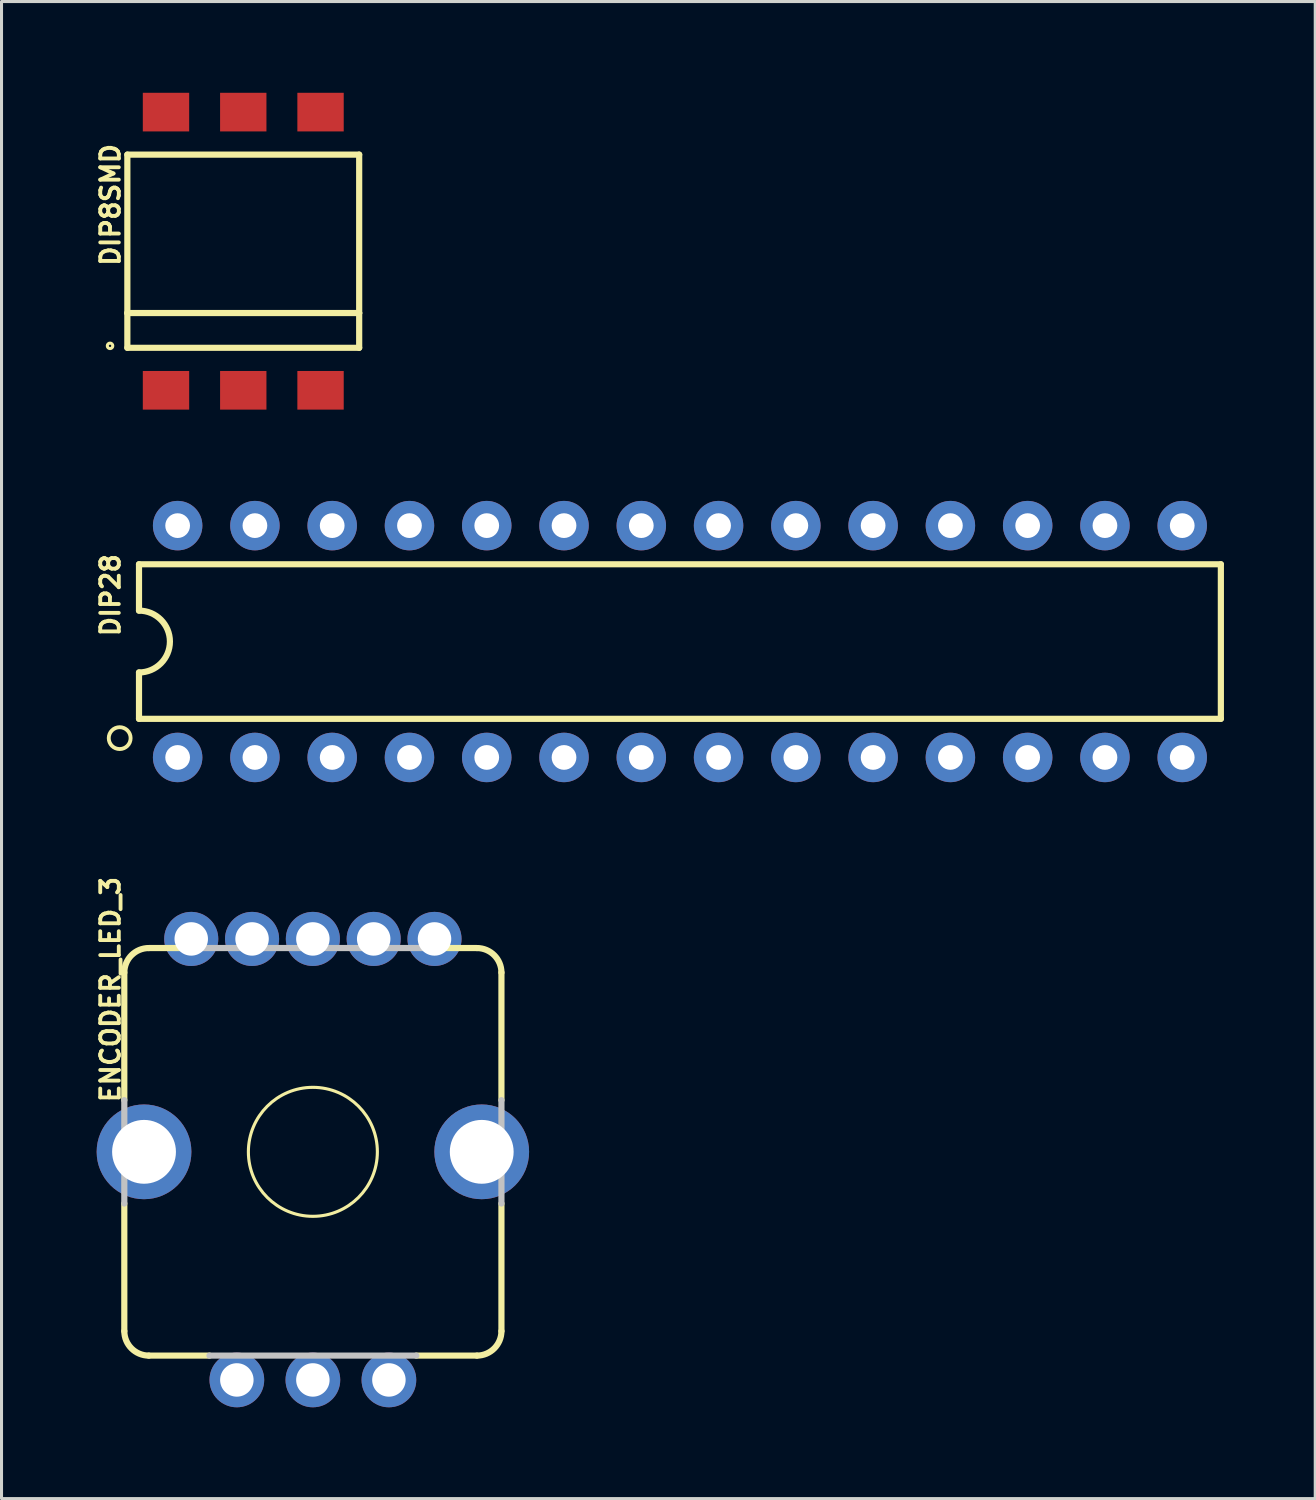
<source format=kicad_pcb>
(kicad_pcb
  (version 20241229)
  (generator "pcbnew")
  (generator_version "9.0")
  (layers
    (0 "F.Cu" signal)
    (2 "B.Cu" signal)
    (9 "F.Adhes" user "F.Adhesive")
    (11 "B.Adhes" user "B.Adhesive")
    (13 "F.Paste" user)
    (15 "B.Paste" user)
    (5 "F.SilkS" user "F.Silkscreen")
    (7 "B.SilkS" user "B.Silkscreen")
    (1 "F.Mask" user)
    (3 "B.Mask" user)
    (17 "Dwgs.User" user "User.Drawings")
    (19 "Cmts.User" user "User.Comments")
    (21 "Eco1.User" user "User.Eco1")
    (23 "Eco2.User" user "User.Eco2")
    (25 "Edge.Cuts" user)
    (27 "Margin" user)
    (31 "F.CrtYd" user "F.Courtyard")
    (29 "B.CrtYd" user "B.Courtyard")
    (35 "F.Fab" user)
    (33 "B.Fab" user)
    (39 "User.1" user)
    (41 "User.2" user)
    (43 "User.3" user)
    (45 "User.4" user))
  (footprint "DIP28"
    (layer "F.Cu")
    (at 19.299 18.037)
    (property "Reference" "DIP28" (at -18.72 -1.524 90) (layer "F.SilkS") (effects (font (size 0.61 0.61) (thickness 0.127))))
    (attr exclude_from_pos_files exclude_from_bom)
    (fp_line (start -17.78 -2.54) (end -17.78 -1.016) (stroke (width 0.203) (type solid)) (layer "F.SilkS"))
    (fp_line (start -17.78 2.54) (end -17.78 1.016) (stroke (width 0.203) (type solid)) (layer "F.SilkS"))
    (fp_line (start -17.78 2.54) (end 17.78 2.54) (stroke (width 0.203) (type solid)) (layer "F.SilkS"))
    (fp_line (start 17.78 -2.54) (end -17.78 -2.54) (stroke (width 0.203) (type solid)) (layer "F.SilkS"))
    (fp_line (start 17.78 -2.54) (end 17.78 2.54) (stroke (width 0.203) (type solid)) (layer "F.SilkS"))
    (fp_arc (start -17.78 -1.016) (mid -16.764 0) (end -17.78 1.016) (stroke (width 0.2032) (type solid)) (layer "F.SilkS"))
    (fp_circle (center -18.415 3.175) (end -18.669 3.429) (stroke (width 0.127) (type solid)) (fill no) (layer "F.SilkS"))
    (pad "1" thru_hole circle (at -16.51 3.81) (size 1.626 1.626) (drill 0.813) (layers "*.Cu" "*.Paste" "*.Mask"))
    (pad "2" thru_hole circle (at -13.97 3.81) (size 1.626 1.626) (drill 0.813) (layers "*.Cu" "*.Paste" "*.Mask"))
    (pad "3" thru_hole circle (at -11.43 3.81) (size 1.626 1.626) (drill 0.813) (layers "*.Cu" "*.Paste" "*.Mask"))
    (pad "4" thru_hole circle (at -8.89 3.81) (size 1.626 1.626) (drill 0.813) (layers "*.Cu" "*.Paste" "*.Mask"))
    (pad "5" thru_hole circle (at -6.35 3.81) (size 1.626 1.626) (drill 0.813) (layers "*.Cu" "*.Paste" "*.Mask"))
    (pad "6" thru_hole circle (at -3.81 3.81) (size 1.626 1.626) (drill 0.813) (layers "*.Cu" "*.Paste" "*.Mask"))
    (pad "7" thru_hole circle (at -1.27 3.81) (size 1.626 1.626) (drill 0.813) (layers "*.Cu" "*.Paste" "*.Mask"))
    (pad "8" thru_hole circle (at 1.27 3.81) (size 1.626 1.626) (drill 0.813) (layers "*.Cu" "*.Paste" "*.Mask"))
    (pad "9" thru_hole circle (at 3.81 3.81) (size 1.626 1.626) (drill 0.813) (layers "*.Cu" "*.Paste" "*.Mask"))
    (pad "10" thru_hole circle (at 6.35 3.81) (size 1.626 1.626) (drill 0.813) (layers "*.Cu" "*.Paste" "*.Mask"))
    (pad "11" thru_hole circle (at 8.89 3.81) (size 1.626 1.626) (drill 0.813) (layers "*.Cu" "*.Paste" "*.Mask"))
    (pad "12" thru_hole circle (at 11.43 3.81) (size 1.626 1.626) (drill 0.813) (layers "*.Cu" "*.Paste" "*.Mask"))
    (pad "13" thru_hole circle (at 13.97 3.81) (size 1.626 1.626) (drill 0.813) (layers "*.Cu" "*.Paste" "*.Mask"))
    (pad "14" thru_hole circle (at 16.51 3.81) (size 1.626 1.626) (drill 0.813) (layers "*.Cu" "*.Paste" "*.Mask"))
    (pad "15" thru_hole circle (at 16.51 -3.81) (size 1.626 1.626) (drill 0.813) (layers "*.Cu" "*.Paste" "*.Mask"))
    (pad "16" thru_hole circle (at 13.97 -3.81) (size 1.626 1.626) (drill 0.813) (layers "*.Cu" "*.Paste" "*.Mask"))
    (pad "17" thru_hole circle (at 11.43 -3.81) (size 1.626 1.626) (drill 0.813) (layers "*.Cu" "*.Paste" "*.Mask"))
    (pad "18" thru_hole circle (at 8.89 -3.81) (size 1.626 1.626) (drill 0.813) (layers "*.Cu" "*.Paste" "*.Mask"))
    (pad "19" thru_hole circle (at 6.35 -3.81) (size 1.626 1.626) (drill 0.813) (layers "*.Cu" "*.Paste" "*.Mask"))
    (pad "20" thru_hole circle (at 3.81 -3.81) (size 1.626 1.626) (drill 0.813) (layers "*.Cu" "*.Paste" "*.Mask"))
    (pad "21" thru_hole circle (at 1.27 -3.81) (size 1.626 1.626) (drill 0.813) (layers "*.Cu" "*.Paste" "*.Mask"))
    (pad "22" thru_hole circle (at -1.27 -3.81) (size 1.626 1.626) (drill 0.813) (layers "*.Cu" "*.Paste" "*.Mask"))
    (pad "23" thru_hole circle (at -3.81 -3.81) (size 1.626 1.626) (drill 0.813) (layers "*.Cu" "*.Paste" "*.Mask"))
    (pad "24" thru_hole circle (at -6.35 -3.81) (size 1.626 1.626) (drill 0.813) (layers "*.Cu" "*.Paste" "*.Mask"))
    (pad "25" thru_hole circle (at -8.89 -3.81) (size 1.626 1.626) (drill 0.813) (layers "*.Cu" "*.Paste" "*.Mask"))
    (pad "26" thru_hole circle (at -11.43 -3.81) (size 1.626 1.626) (drill 0.813) (layers "*.Cu" "*.Paste" "*.Mask"))
    (pad "27" thru_hole circle (at -13.97 -3.81) (size 1.626 1.626) (drill 0.813) (layers "*.Cu" "*.Paste" "*.Mask"))
    (pad "28" thru_hole circle (at -16.51 -3.81) (size 1.626 1.626) (drill 0.813) (layers "*.Cu" "*.Paste" "*.Mask")))
  (footprint "DIP8SMD"
    (layer "F.Cu")
    (at 4.946 5.207)
    (property "Reference" "DIP8SMD" (at -4.366 -1.524 90) (layer "F.SilkS") (effects (font (size 0.61 0.61) (thickness 0.127))))
    (attr smd)
    (fp_line (start -3.81 -3.175) (end 3.81 -3.175) (stroke (width 0.203) (type solid)) (layer "F.SilkS"))
    (fp_line (start -3.81 2.032) (end -3.81 -3.175) (stroke (width 0.203) (type solid)) (layer "F.SilkS"))
    (fp_line (start -3.81 2.032) (end 3.81 2.032) (stroke (width 0.203) (type solid)) (layer "F.SilkS"))
    (fp_line (start -3.81 3.175) (end -3.81 2.032) (stroke (width 0.203) (type solid)) (layer "F.SilkS"))
    (fp_line (start 3.81 -3.175) (end 3.81 2.032) (stroke (width 0.203) (type solid)) (layer "F.SilkS"))
    (fp_line (start 3.81 2.032) (end 3.81 3.175) (stroke (width 0.203) (type solid)) (layer "F.SilkS"))
    (fp_line (start 3.81 3.175) (end -3.81 3.175) (stroke (width 0.203) (type solid)) (layer "F.SilkS"))
    (fp_circle (center -4.379 3.111) (end -4.442 3.175) (stroke (width 0.102) (type solid)) (fill no) (layer "F.SilkS"))
    (pad "1" smd rect (at -2.54 4.572) (size 1.524 1.27) (layers "F.Cu" "F.Mask" "F.Paste"))
    (pad "2" smd rect (at 0 4.572) (size 1.524 1.27) (layers "F.Cu" "F.Mask" "F.Paste"))
    (pad "3" smd rect (at 2.54 4.572) (size 1.524 1.27) (layers "F.Cu" "F.Mask" "F.Paste"))
    (pad "4" smd rect (at 2.54 -4.572) (size 1.524 1.27) (layers "F.Cu" "F.Mask" "F.Paste"))
    (pad "5" smd rect (at 0 -4.572) (size 1.524 1.27) (layers "F.Cu" "F.Mask" "F.Paste"))
    (pad "6" smd rect (at -2.54 -4.572) (size 1.524 1.27) (layers "F.Cu" "F.Mask" "F.Paste")))
  (footprint "ENCODER_LED_3"
    (layer "F.Cu")
    (at 7.234 34.81)
    (property "Reference" "ENCODER_LED_3" (at -6.655 -5.334 90) (layer "F.SilkS") (effects (font (size 0.61 0.61) (thickness 0.127))))
    (attr exclude_from_pos_files exclude_from_bom)
    (fp_line (start -6.198 -1.699) (end -6.198 -5.893) (stroke (width 0.203) (type solid)) (layer "F.SilkS"))
    (fp_line (start -6.198 1.699) (end -6.198 5.893) (stroke (width 0.203) (type solid)) (layer "F.SilkS"))
    (fp_line (start -5.392 -6.698) (end -3.899 -6.698) (stroke (width 0.203) (type solid)) (layer "F.SilkS"))
    (fp_line (start -5.392 6.698) (end -3.399 6.698) (stroke (width 0.203) (type solid)) (layer "F.SilkS"))
    (fp_line (start 5.392 -6.698) (end 3.899 -6.698) (stroke (width 0.203) (type solid)) (layer "F.SilkS"))
    (fp_line (start 5.392 6.698) (end 3.399 6.698) (stroke (width 0.203) (type solid)) (layer "F.SilkS"))
    (fp_line (start 6.198 -1.699) (end 6.198 -5.893) (stroke (width 0.203) (type solid)) (layer "F.SilkS"))
    (fp_line (start 6.198 1.699) (end 6.198 5.893) (stroke (width 0.203) (type solid)) (layer "F.SilkS"))
    (fp_arc (start -6.1976 -5.8928) (mid -5.961768 -6.462148) (end -5.39242 -6.69798) (stroke (width 0.2032) (type solid)) (layer "F.SilkS"))
    (fp_arc (start -5.39242 6.69798) (mid -5.961768 6.462148) (end -6.1976 5.8928) (stroke (width 0.2032) (type solid)) (layer "F.SilkS"))
    (fp_arc (start 5.39242 -6.69798) (mid 5.961768 -6.462148) (end 6.1976 -5.8928) (stroke (width 0.2032) (type solid)) (layer "F.SilkS"))
    (fp_arc (start 6.1976 5.8928) (mid 5.961768 6.462148) (end 5.39242 6.69798) (stroke (width 0.2032) (type solid)) (layer "F.SilkS"))
    (fp_circle (center 0 0) (end -1.499 1.499) (stroke (width 0.102) (type solid)) (fill no) (layer "F.SilkS"))
    (fp_line (start -6.198 1.699) (end -6.198 -1.699) (stroke (width 0.203) (type solid)) (layer "Dwgs.User"))
    (fp_line (start -3.899 -6.698) (end 3.899 -6.698) (stroke (width 0.203) (type solid)) (layer "Dwgs.User"))
    (fp_line (start 3.399 6.698) (end -3.399 6.698) (stroke (width 0.203) (type solid)) (layer "Dwgs.User"))
    (fp_line (start 6.198 -1.699) (end 6.198 1.699) (stroke (width 0.203) (type solid)) (layer "Dwgs.User"))
    (pad "1" thru_hole circle (at -3.998 -6.998) (size 1.778 1.778) (drill 1.1) (layers "*.Cu" "*.Paste" "*.Mask"))
    (pad "2" thru_hole circle (at -1.999 -6.998) (size 1.778 1.778) (drill 1.1) (layers "*.Cu" "*.Paste" "*.Mask"))
    (pad "3" thru_hole circle (at 0 -6.998) (size 1.778 1.778) (drill 1.1) (layers "*.Cu" "*.Paste" "*.Mask"))
    (pad "4" thru_hole circle (at 1.999 -6.998) (size 1.778 1.778) (drill 1.1) (layers "*.Cu" "*.Paste" "*.Mask"))
    (pad "5" thru_hole circle (at 3.998 -6.998) (size 1.778 1.778) (drill 1.1) (layers "*.Cu" "*.Paste" "*.Mask"))
    (pad "A" thru_hole circle (at -2.499 7.498) (size 1.798 1.798) (drill 1.1) (layers "*.Cu" "*.Paste" "*.Mask"))
    (pad "B" thru_hole circle (at 2.499 7.498) (size 1.798 1.798) (drill 1.1) (layers "*.Cu" "*.Paste" "*.Mask"))
    (pad "C" thru_hole circle (at 0 7.498) (size 1.798 1.798) (drill 1.1) (layers "*.Cu" "*.Paste" "*.Mask"))
    (pad "M1" thru_hole circle (at -5.55 0) (size 3.114 3.114) (drill 2.098) (layers "*.Cu" "*.Paste" "*.Mask"))
    (pad "M2" thru_hole circle (at 5.55 0) (size 3.114 3.114) (drill 2.098) (layers "*.Cu" "*.Paste" "*.Mask")))
  (gr_rect
    (start -3 -3)
    (end 40.181 46.207)
    (stroke (width 0.1) (type default))
    (fill no)
    (layer "Edge.Cuts")))
</source>
